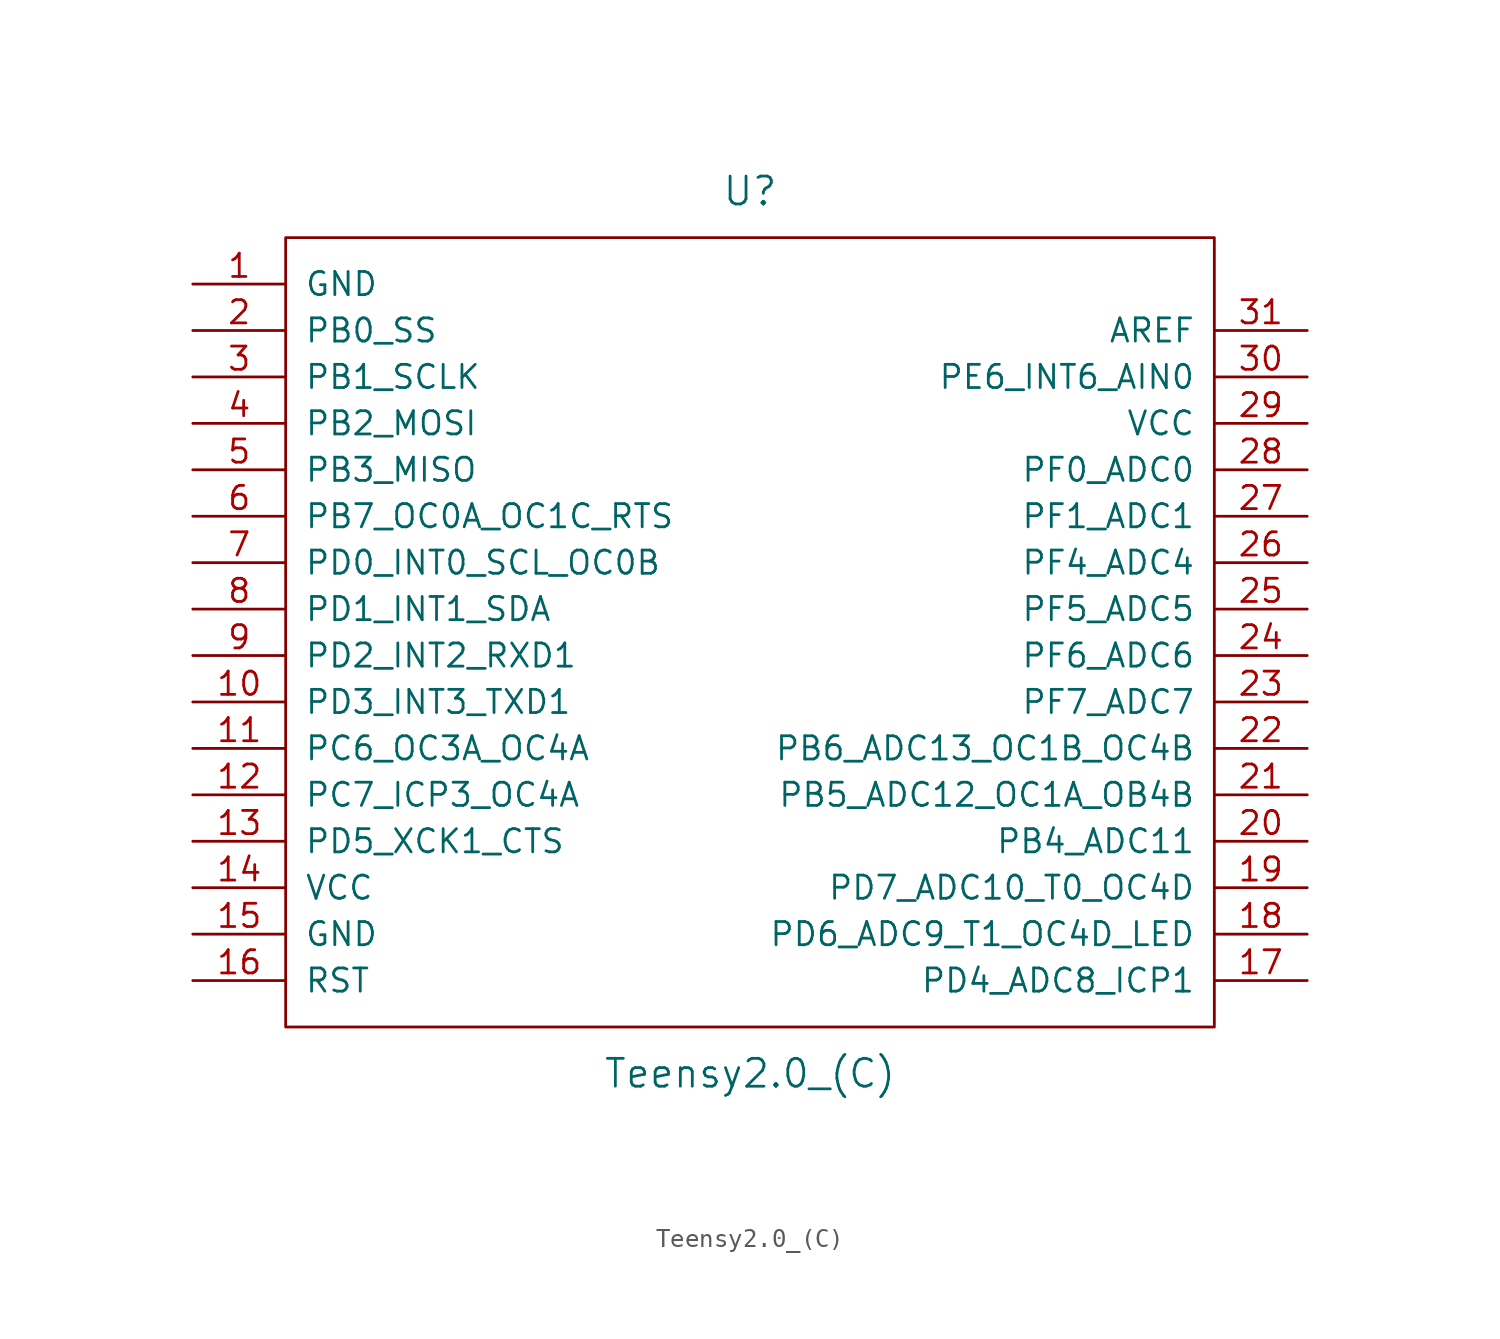
<source format=kicad_sym>
(kicad_symbol_lib
  (version 20220328)
  (generator kicad_symbol_editor)
  (symbol "Teensy2.0_(C)"
    (pin_names
      (offset 1.016))
    (property "Reference" "U"
      (at 0 24.13 0)
      (effects (font (size 1.524 1.524))))
    (property "Value" "Teensy2.0_(C)"
      (at 0 -24.13 0)
      (effects (font (size 1.524 1.524))))
    (property "Footprint" ""
      (at 2.54 -26.67 0)
      (effects (font (size 1.524 1.524))))
    (property "Datasheet" ""
      (at 2.54 -26.67 0)
      (effects (font (size 1.524 1.524))))
    (symbol "Teensy2.0_(C)_0_1"
      (rectangle (start -25.4 21.59) (end 25.4 -21.59) (stroke (width 0) (type solid)) (fill (type none))))
    (symbol "Teensy2.0_(C)_1_1"
      (pin power_in line (at -30.48 19.05 0) (length 5.08) (name "GND" (effects (font (size 1.27 1.27)))) (number "1" (effects (font (size 1.27 1.27)))))
      (pin bidirectional line (at -30.48 -3.81 0) (length 5.08) (name "PD3_INT3_TXD1" (effects (font (size 1.27 1.27)))) (number "10" (effects (font (size 1.27 1.27)))))
      (pin bidirectional line (at -30.48 -6.35 0) (length 5.08) (name "PC6_OC3A_OC4A" (effects (font (size 1.27 1.27)))) (number "11" (effects (font (size 1.27 1.27)))))
      (pin bidirectional line (at -30.48 -8.89 0) (length 5.08) (name "PC7_ICP3_OC4A" (effects (font (size 1.27 1.27)))) (number "12" (effects (font (size 1.27 1.27)))))
      (pin bidirectional line (at -30.48 -11.43 0) (length 5.08) (name "PD5_XCK1_CTS" (effects (font (size 1.27 1.27)))) (number "13" (effects (font (size 1.27 1.27)))))
      (pin power_in line (at -30.48 -13.97 0) (length 5.08) (name "VCC" (effects (font (size 1.27 1.27)))) (number "14" (effects (font (size 1.27 1.27)))))
      (pin power_in line (at -30.48 -16.51 0) (length 5.08) (name "GND" (effects (font (size 1.27 1.27)))) (number "15" (effects (font (size 1.27 1.27)))))
      (pin input line (at -30.48 -19.05 0) (length 5.08) (name "RST" (effects (font (size 1.27 1.27)))) (number "16" (effects (font (size 1.27 1.27)))))
      (pin bidirectional line (at 30.48 -19.05 180) (length 5.08) (name "PD4_ADC8_ICP1" (effects (font (size 1.27 1.27)))) (number "17" (effects (font (size 1.27 1.27)))))
      (pin bidirectional line (at 30.48 -16.51 180) (length 5.08) (name "PD6_ADC9_T1_OC4D_LED" (effects (font (size 1.27 1.27)))) (number "18" (effects (font (size 1.27 1.27)))))
      (pin bidirectional line (at 30.48 -13.97 180) (length 5.08) (name "PD7_ADC10_T0_OC4D" (effects (font (size 1.27 1.27)))) (number "19" (effects (font (size 1.27 1.27)))))
      (pin bidirectional line (at -30.48 16.51 0) (length 5.08) (name "PB0_SS" (effects (font (size 1.27 1.27)))) (number "2" (effects (font (size 1.27 1.27)))))
      (pin bidirectional line (at 30.48 -11.43 180) (length 5.08) (name "PB4_ADC11" (effects (font (size 1.27 1.27)))) (number "20" (effects (font (size 1.27 1.27)))))
      (pin bidirectional line (at 30.48 -8.89 180) (length 5.08) (name "PB5_ADC12_OC1A_OB4B" (effects (font (size 1.27 1.27)))) (number "21" (effects (font (size 1.27 1.27)))))
      (pin bidirectional line (at 30.48 -6.35 180) (length 5.08) (name "PB6_ADC13_OC1B_OC4B" (effects (font (size 1.27 1.27)))) (number "22" (effects (font (size 1.27 1.27)))))
      (pin bidirectional line (at 30.48 -3.81 180) (length 5.08) (name "PF7_ADC7" (effects (font (size 1.27 1.27)))) (number "23" (effects (font (size 1.27 1.27)))))
      (pin bidirectional line (at 30.48 -1.27 180) (length 5.08) (name "PF6_ADC6" (effects (font (size 1.27 1.27)))) (number "24" (effects (font (size 1.27 1.27)))))
      (pin bidirectional line (at 30.48 1.27 180) (length 5.08) (name "PF5_ADC5" (effects (font (size 1.27 1.27)))) (number "25" (effects (font (size 1.27 1.27)))))
      (pin bidirectional line (at 30.48 3.81 180) (length 5.08) (name "PF4_ADC4" (effects (font (size 1.27 1.27)))) (number "26" (effects (font (size 1.27 1.27)))))
      (pin bidirectional line (at 30.48 6.35 180) (length 5.08) (name "PF1_ADC1" (effects (font (size 1.27 1.27)))) (number "27" (effects (font (size 1.27 1.27)))))
      (pin bidirectional line (at 30.48 8.89 180) (length 5.08) (name "PF0_ADC0" (effects (font (size 1.27 1.27)))) (number "28" (effects (font (size 1.27 1.27)))))
      (pin power_in line (at 30.48 11.43 180) (length 5.08) (name "VCC" (effects (font (size 1.27 1.27)))) (number "29" (effects (font (size 1.27 1.27)))))
      (pin bidirectional line (at -30.48 13.97 0) (length 5.08) (name "PB1_SCLK" (effects (font (size 1.27 1.27)))) (number "3" (effects (font (size 1.27 1.27)))))
      (pin bidirectional line (at 30.48 13.97 180) (length 5.08) (name "PE6_INT6_AIN0" (effects (font (size 1.27 1.27)))) (number "30" (effects (font (size 1.27 1.27)))))
      (pin input line (at 30.48 16.51 180) (length 5.08) (name "AREF" (effects (font (size 1.27 1.27)))) (number "31" (effects (font (size 1.27 1.27)))))
      (pin bidirectional line (at -30.48 11.43 0) (length 5.08) (name "PB2_MOSI" (effects (font (size 1.27 1.27)))) (number "4" (effects (font (size 1.27 1.27)))))
      (pin bidirectional line (at -30.48 8.89 0) (length 5.08) (name "PB3_MISO" (effects (font (size 1.27 1.27)))) (number "5" (effects (font (size 1.27 1.27)))))
      (pin bidirectional line (at -30.48 6.35 0) (length 5.08) (name "PB7_OC0A_OC1C_RTS" (effects (font (size 1.27 1.27)))) (number "6" (effects (font (size 1.27 1.27)))))
      (pin bidirectional line (at -30.48 3.81 0) (length 5.08) (name "PD0_INT0_SCL_OC0B" (effects (font (size 1.27 1.27)))) (number "7" (effects (font (size 1.27 1.27)))))
      (pin bidirectional line (at -30.48 1.27 0) (length 5.08) (name "PD1_INT1_SDA" (effects (font (size 1.27 1.27)))) (number "8" (effects (font (size 1.27 1.27)))))
      (pin bidirectional line (at -30.48 -1.27 0) (length 5.08) (name "PD2_INT2_RXD1" (effects (font (size 1.27 1.27)))) (number "9" (effects (font (size 1.27 1.27))))))))
</source>
